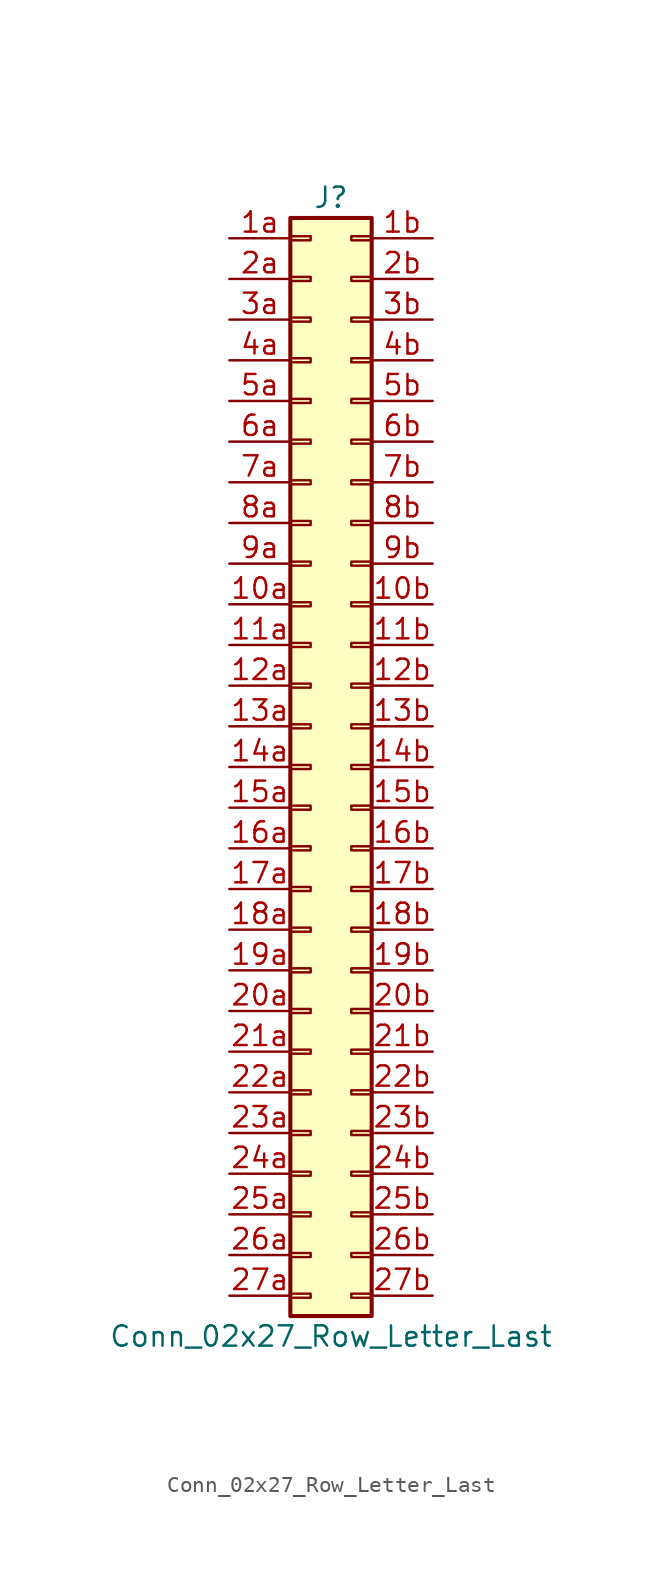
<source format=kicad_sym>
(kicad_symbol_lib
  (version 20211014)
  (generator kicad_symbol_editor)
  (symbol "Conn_02x27_Row_Letter_Last"
    (pin_names
      (offset 1.016) hide)
    (property "Reference" "J"
      (at 1.27 35.56 0)
      (effects (font (size 1.27 1.27))))
    (property "Value" "Conn_02x27_Row_Letter_Last"
      (at 1.27 -35.56 0)
      (effects (font (size 1.27 1.27))))
    (symbol "Conn_02x27_Row_Letter_Last_1_1"
      (rectangle (start -1.27 -32.893) (end 0 -33.147) (stroke (width 0.152) (type default) (color 0 0 0 0)) (fill (type none)))
      (rectangle (start -1.27 -30.353) (end 0 -30.607) (stroke (width 0.152) (type default) (color 0 0 0 0)) (fill (type none)))
      (rectangle (start -1.27 -27.813) (end 0 -28.067) (stroke (width 0.152) (type default) (color 0 0 0 0)) (fill (type none)))
      (rectangle (start -1.27 -25.273) (end 0 -25.527) (stroke (width 0.152) (type default) (color 0 0 0 0)) (fill (type none)))
      (rectangle (start -1.27 -22.733) (end 0 -22.987) (stroke (width 0.152) (type default) (color 0 0 0 0)) (fill (type none)))
      (rectangle (start -1.27 -20.193) (end 0 -20.447) (stroke (width 0.152) (type default) (color 0 0 0 0)) (fill (type none)))
      (rectangle (start -1.27 -17.653) (end 0 -17.907) (stroke (width 0.152) (type default) (color 0 0 0 0)) (fill (type none)))
      (rectangle (start -1.27 -15.113) (end 0 -15.367) (stroke (width 0.152) (type default) (color 0 0 0 0)) (fill (type none)))
      (rectangle (start -1.27 -12.573) (end 0 -12.827) (stroke (width 0.152) (type default) (color 0 0 0 0)) (fill (type none)))
      (rectangle (start -1.27 -10.033) (end 0 -10.287) (stroke (width 0.152) (type default) (color 0 0 0 0)) (fill (type none)))
      (rectangle (start -1.27 -7.493) (end 0 -7.747) (stroke (width 0.152) (type default) (color 0 0 0 0)) (fill (type none)))
      (rectangle (start -1.27 -4.953) (end 0 -5.207) (stroke (width 0.152) (type default) (color 0 0 0 0)) (fill (type none)))
      (rectangle (start -1.27 -2.413) (end 0 -2.667) (stroke (width 0.152) (type default) (color 0 0 0 0)) (fill (type none)))
      (rectangle (start -1.27 0.127) (end 0 -0.127) (stroke (width 0.152) (type default) (color 0 0 0 0)) (fill (type none)))
      (rectangle (start -1.27 2.667) (end 0 2.413) (stroke (width 0.152) (type default) (color 0 0 0 0)) (fill (type none)))
      (rectangle (start -1.27 5.207) (end 0 4.953) (stroke (width 0.152) (type default) (color 0 0 0 0)) (fill (type none)))
      (rectangle (start -1.27 7.747) (end 0 7.493) (stroke (width 0.152) (type default) (color 0 0 0 0)) (fill (type none)))
      (rectangle (start -1.27 10.287) (end 0 10.033) (stroke (width 0.152) (type default) (color 0 0 0 0)) (fill (type none)))
      (rectangle (start -1.27 12.827) (end 0 12.573) (stroke (width 0.152) (type default) (color 0 0 0 0)) (fill (type none)))
      (rectangle (start -1.27 15.367) (end 0 15.113) (stroke (width 0.152) (type default) (color 0 0 0 0)) (fill (type none)))
      (rectangle (start -1.27 17.907) (end 0 17.653) (stroke (width 0.152) (type default) (color 0 0 0 0)) (fill (type none)))
      (rectangle (start -1.27 20.447) (end 0 20.193) (stroke (width 0.152) (type default) (color 0 0 0 0)) (fill (type none)))
      (rectangle (start -1.27 22.987) (end 0 22.733) (stroke (width 0.152) (type default) (color 0 0 0 0)) (fill (type none)))
      (rectangle (start -1.27 25.527) (end 0 25.273) (stroke (width 0.152) (type default) (color 0 0 0 0)) (fill (type none)))
      (rectangle (start -1.27 28.067) (end 0 27.813) (stroke (width 0.152) (type default) (color 0 0 0 0)) (fill (type none)))
      (rectangle (start -1.27 30.607) (end 0 30.353) (stroke (width 0.152) (type default) (color 0 0 0 0)) (fill (type none)))
      (rectangle (start -1.27 33.147) (end 0 32.893) (stroke (width 0.152) (type default) (color 0 0 0 0)) (fill (type none)))
      (rectangle (start -1.27 34.29) (end 3.81 -34.29) (stroke (width 0.254) (type default) (color 0 0 0 0)) (fill (type background)))
      (rectangle (start 3.81 -32.893) (end 2.54 -33.147) (stroke (width 0.152) (type default) (color 0 0 0 0)) (fill (type none)))
      (rectangle (start 3.81 -30.353) (end 2.54 -30.607) (stroke (width 0.152) (type default) (color 0 0 0 0)) (fill (type none)))
      (rectangle (start 3.81 -27.813) (end 2.54 -28.067) (stroke (width 0.152) (type default) (color 0 0 0 0)) (fill (type none)))
      (rectangle (start 3.81 -25.273) (end 2.54 -25.527) (stroke (width 0.152) (type default) (color 0 0 0 0)) (fill (type none)))
      (rectangle (start 3.81 -22.733) (end 2.54 -22.987) (stroke (width 0.152) (type default) (color 0 0 0 0)) (fill (type none)))
      (rectangle (start 3.81 -20.193) (end 2.54 -20.447) (stroke (width 0.152) (type default) (color 0 0 0 0)) (fill (type none)))
      (rectangle (start 3.81 -17.653) (end 2.54 -17.907) (stroke (width 0.152) (type default) (color 0 0 0 0)) (fill (type none)))
      (rectangle (start 3.81 -15.113) (end 2.54 -15.367) (stroke (width 0.152) (type default) (color 0 0 0 0)) (fill (type none)))
      (rectangle (start 3.81 -12.573) (end 2.54 -12.827) (stroke (width 0.152) (type default) (color 0 0 0 0)) (fill (type none)))
      (rectangle (start 3.81 -10.033) (end 2.54 -10.287) (stroke (width 0.152) (type default) (color 0 0 0 0)) (fill (type none)))
      (rectangle (start 3.81 -7.493) (end 2.54 -7.747) (stroke (width 0.152) (type default) (color 0 0 0 0)) (fill (type none)))
      (rectangle (start 3.81 -4.953) (end 2.54 -5.207) (stroke (width 0.152) (type default) (color 0 0 0 0)) (fill (type none)))
      (rectangle (start 3.81 -2.413) (end 2.54 -2.667) (stroke (width 0.152) (type default) (color 0 0 0 0)) (fill (type none)))
      (rectangle (start 3.81 0.127) (end 2.54 -0.127) (stroke (width 0.152) (type default) (color 0 0 0 0)) (fill (type none)))
      (rectangle (start 3.81 2.667) (end 2.54 2.413) (stroke (width 0.152) (type default) (color 0 0 0 0)) (fill (type none)))
      (rectangle (start 3.81 5.207) (end 2.54 4.953) (stroke (width 0.152) (type default) (color 0 0 0 0)) (fill (type none)))
      (rectangle (start 3.81 7.747) (end 2.54 7.493) (stroke (width 0.152) (type default) (color 0 0 0 0)) (fill (type none)))
      (rectangle (start 3.81 10.287) (end 2.54 10.033) (stroke (width 0.152) (type default) (color 0 0 0 0)) (fill (type none)))
      (rectangle (start 3.81 12.827) (end 2.54 12.573) (stroke (width 0.152) (type default) (color 0 0 0 0)) (fill (type none)))
      (rectangle (start 3.81 15.367) (end 2.54 15.113) (stroke (width 0.152) (type default) (color 0 0 0 0)) (fill (type none)))
      (rectangle (start 3.81 17.907) (end 2.54 17.653) (stroke (width 0.152) (type default) (color 0 0 0 0)) (fill (type none)))
      (rectangle (start 3.81 20.447) (end 2.54 20.193) (stroke (width 0.152) (type default) (color 0 0 0 0)) (fill (type none)))
      (rectangle (start 3.81 22.987) (end 2.54 22.733) (stroke (width 0.152) (type default) (color 0 0 0 0)) (fill (type none)))
      (rectangle (start 3.81 25.527) (end 2.54 25.273) (stroke (width 0.152) (type default) (color 0 0 0 0)) (fill (type none)))
      (rectangle (start 3.81 28.067) (end 2.54 27.813) (stroke (width 0.152) (type default) (color 0 0 0 0)) (fill (type none)))
      (rectangle (start 3.81 30.607) (end 2.54 30.353) (stroke (width 0.152) (type default) (color 0 0 0 0)) (fill (type none)))
      (rectangle (start 3.81 33.147) (end 2.54 32.893) (stroke (width 0.152) (type default) (color 0 0 0 0)) (fill (type none)))
      (pin passive line (at -5.08 10.16 0) (length 3.81) (name "Pin_10a" (effects (font (size 1.27 1.27)))) (number "10a" (effects (font (size 1.27 1.27)))))
      (pin passive line (at 7.62 10.16 180) (length 3.81) (name "Pin_10b" (effects (font (size 1.27 1.27)))) (number "10b" (effects (font (size 1.27 1.27)))))
      (pin passive line (at -5.08 7.62 0) (length 3.81) (name "Pin_11a" (effects (font (size 1.27 1.27)))) (number "11a" (effects (font (size 1.27 1.27)))))
      (pin passive line (at 7.62 7.62 180) (length 3.81) (name "Pin_11b" (effects (font (size 1.27 1.27)))) (number "11b" (effects (font (size 1.27 1.27)))))
      (pin passive line (at -5.08 5.08 0) (length 3.81) (name "Pin_12a" (effects (font (size 1.27 1.27)))) (number "12a" (effects (font (size 1.27 1.27)))))
      (pin passive line (at 7.62 5.08 180) (length 3.81) (name "Pin_12b" (effects (font (size 1.27 1.27)))) (number "12b" (effects (font (size 1.27 1.27)))))
      (pin passive line (at -5.08 2.54 0) (length 3.81) (name "Pin_13a" (effects (font (size 1.27 1.27)))) (number "13a" (effects (font (size 1.27 1.27)))))
      (pin passive line (at 7.62 2.54 180) (length 3.81) (name "Pin_13b" (effects (font (size 1.27 1.27)))) (number "13b" (effects (font (size 1.27 1.27)))))
      (pin passive line (at -5.08 0 0) (length 3.81) (name "Pin_14a" (effects (font (size 1.27 1.27)))) (number "14a" (effects (font (size 1.27 1.27)))))
      (pin passive line (at 7.62 0 180) (length 3.81) (name "Pin_14b" (effects (font (size 1.27 1.27)))) (number "14b" (effects (font (size 1.27 1.27)))))
      (pin passive line (at -5.08 -2.54 0) (length 3.81) (name "Pin_15a" (effects (font (size 1.27 1.27)))) (number "15a" (effects (font (size 1.27 1.27)))))
      (pin passive line (at 7.62 -2.54 180) (length 3.81) (name "Pin_15b" (effects (font (size 1.27 1.27)))) (number "15b" (effects (font (size 1.27 1.27)))))
      (pin passive line (at -5.08 -5.08 0) (length 3.81) (name "Pin_16a" (effects (font (size 1.27 1.27)))) (number "16a" (effects (font (size 1.27 1.27)))))
      (pin passive line (at 7.62 -5.08 180) (length 3.81) (name "Pin_16b" (effects (font (size 1.27 1.27)))) (number "16b" (effects (font (size 1.27 1.27)))))
      (pin passive line (at -5.08 -7.62 0) (length 3.81) (name "Pin_17a" (effects (font (size 1.27 1.27)))) (number "17a" (effects (font (size 1.27 1.27)))))
      (pin passive line (at 7.62 -7.62 180) (length 3.81) (name "Pin_17b" (effects (font (size 1.27 1.27)))) (number "17b" (effects (font (size 1.27 1.27)))))
      (pin passive line (at -5.08 -10.16 0) (length 3.81) (name "Pin_18a" (effects (font (size 1.27 1.27)))) (number "18a" (effects (font (size 1.27 1.27)))))
      (pin passive line (at 7.62 -10.16 180) (length 3.81) (name "Pin_18b" (effects (font (size 1.27 1.27)))) (number "18b" (effects (font (size 1.27 1.27)))))
      (pin passive line (at -5.08 -12.7 0) (length 3.81) (name "Pin_19a" (effects (font (size 1.27 1.27)))) (number "19a" (effects (font (size 1.27 1.27)))))
      (pin passive line (at 7.62 -12.7 180) (length 3.81) (name "Pin_19b" (effects (font (size 1.27 1.27)))) (number "19b" (effects (font (size 1.27 1.27)))))
      (pin passive line (at -5.08 33.02 0) (length 3.81) (name "Pin_1a" (effects (font (size 1.27 1.27)))) (number "1a" (effects (font (size 1.27 1.27)))))
      (pin passive line (at 7.62 33.02 180) (length 3.81) (name "Pin_1b" (effects (font (size 1.27 1.27)))) (number "1b" (effects (font (size 1.27 1.27)))))
      (pin passive line (at -5.08 -15.24 0) (length 3.81) (name "Pin_20a" (effects (font (size 1.27 1.27)))) (number "20a" (effects (font (size 1.27 1.27)))))
      (pin passive line (at 7.62 -15.24 180) (length 3.81) (name "Pin_20b" (effects (font (size 1.27 1.27)))) (number "20b" (effects (font (size 1.27 1.27)))))
      (pin passive line (at -5.08 -17.78 0) (length 3.81) (name "Pin_21a" (effects (font (size 1.27 1.27)))) (number "21a" (effects (font (size 1.27 1.27)))))
      (pin passive line (at 7.62 -17.78 180) (length 3.81) (name "Pin_21b" (effects (font (size 1.27 1.27)))) (number "21b" (effects (font (size 1.27 1.27)))))
      (pin passive line (at -5.08 -20.32 0) (length 3.81) (name "Pin_22a" (effects (font (size 1.27 1.27)))) (number "22a" (effects (font (size 1.27 1.27)))))
      (pin passive line (at 7.62 -20.32 180) (length 3.81) (name "Pin_22b" (effects (font (size 1.27 1.27)))) (number "22b" (effects (font (size 1.27 1.27)))))
      (pin passive line (at -5.08 -22.86 0) (length 3.81) (name "Pin_23a" (effects (font (size 1.27 1.27)))) (number "23a" (effects (font (size 1.27 1.27)))))
      (pin passive line (at 7.62 -22.86 180) (length 3.81) (name "Pin_23b" (effects (font (size 1.27 1.27)))) (number "23b" (effects (font (size 1.27 1.27)))))
      (pin passive line (at -5.08 -25.4 0) (length 3.81) (name "Pin_24a" (effects (font (size 1.27 1.27)))) (number "24a" (effects (font (size 1.27 1.27)))))
      (pin passive line (at 7.62 -25.4 180) (length 3.81) (name "Pin_24b" (effects (font (size 1.27 1.27)))) (number "24b" (effects (font (size 1.27 1.27)))))
      (pin passive line (at -5.08 -27.94 0) (length 3.81) (name "Pin_25a" (effects (font (size 1.27 1.27)))) (number "25a" (effects (font (size 1.27 1.27)))))
      (pin passive line (at 7.62 -27.94 180) (length 3.81) (name "Pin_25b" (effects (font (size 1.27 1.27)))) (number "25b" (effects (font (size 1.27 1.27)))))
      (pin passive line (at -5.08 -30.48 0) (length 3.81) (name "Pin_26a" (effects (font (size 1.27 1.27)))) (number "26a" (effects (font (size 1.27 1.27)))))
      (pin passive line (at 7.62 -30.48 180) (length 3.81) (name "Pin_26b" (effects (font (size 1.27 1.27)))) (number "26b" (effects (font (size 1.27 1.27)))))
      (pin passive line (at -5.08 -33.02 0) (length 3.81) (name "Pin_27a" (effects (font (size 1.27 1.27)))) (number "27a" (effects (font (size 1.27 1.27)))))
      (pin passive line (at 7.62 -33.02 180) (length 3.81) (name "Pin_27b" (effects (font (size 1.27 1.27)))) (number "27b" (effects (font (size 1.27 1.27)))))
      (pin passive line (at -5.08 30.48 0) (length 3.81) (name "Pin_2a" (effects (font (size 1.27 1.27)))) (number "2a" (effects (font (size 1.27 1.27)))))
      (pin passive line (at 7.62 30.48 180) (length 3.81) (name "Pin_2b" (effects (font (size 1.27 1.27)))) (number "2b" (effects (font (size 1.27 1.27)))))
      (pin passive line (at -5.08 27.94 0) (length 3.81) (name "Pin_3a" (effects (font (size 1.27 1.27)))) (number "3a" (effects (font (size 1.27 1.27)))))
      (pin passive line (at 7.62 27.94 180) (length 3.81) (name "Pin_3b" (effects (font (size 1.27 1.27)))) (number "3b" (effects (font (size 1.27 1.27)))))
      (pin passive line (at -5.08 25.4 0) (length 3.81) (name "Pin_4a" (effects (font (size 1.27 1.27)))) (number "4a" (effects (font (size 1.27 1.27)))))
      (pin passive line (at 7.62 25.4 180) (length 3.81) (name "Pin_4b" (effects (font (size 1.27 1.27)))) (number "4b" (effects (font (size 1.27 1.27)))))
      (pin passive line (at -5.08 22.86 0) (length 3.81) (name "Pin_5a" (effects (font (size 1.27 1.27)))) (number "5a" (effects (font (size 1.27 1.27)))))
      (pin passive line (at 7.62 22.86 180) (length 3.81) (name "Pin_5b" (effects (font (size 1.27 1.27)))) (number "5b" (effects (font (size 1.27 1.27)))))
      (pin passive line (at -5.08 20.32 0) (length 3.81) (name "Pin_6a" (effects (font (size 1.27 1.27)))) (number "6a" (effects (font (size 1.27 1.27)))))
      (pin passive line (at 7.62 20.32 180) (length 3.81) (name "Pin_6b" (effects (font (size 1.27 1.27)))) (number "6b" (effects (font (size 1.27 1.27)))))
      (pin passive line (at -5.08 17.78 0) (length 3.81) (name "Pin_7a" (effects (font (size 1.27 1.27)))) (number "7a" (effects (font (size 1.27 1.27)))))
      (pin passive line (at 7.62 17.78 180) (length 3.81) (name "Pin_7b" (effects (font (size 1.27 1.27)))) (number "7b" (effects (font (size 1.27 1.27)))))
      (pin passive line (at -5.08 15.24 0) (length 3.81) (name "Pin_8a" (effects (font (size 1.27 1.27)))) (number "8a" (effects (font (size 1.27 1.27)))))
      (pin passive line (at 7.62 15.24 180) (length 3.81) (name "Pin_8b" (effects (font (size 1.27 1.27)))) (number "8b" (effects (font (size 1.27 1.27)))))
      (pin passive line (at -5.08 12.7 0) (length 3.81) (name "Pin_9a" (effects (font (size 1.27 1.27)))) (number "9a" (effects (font (size 1.27 1.27)))))
      (pin passive line (at 7.62 12.7 180) (length 3.81) (name "Pin_9b" (effects (font (size 1.27 1.27)))) (number "9b" (effects (font (size 1.27 1.27))))))))
</source>
